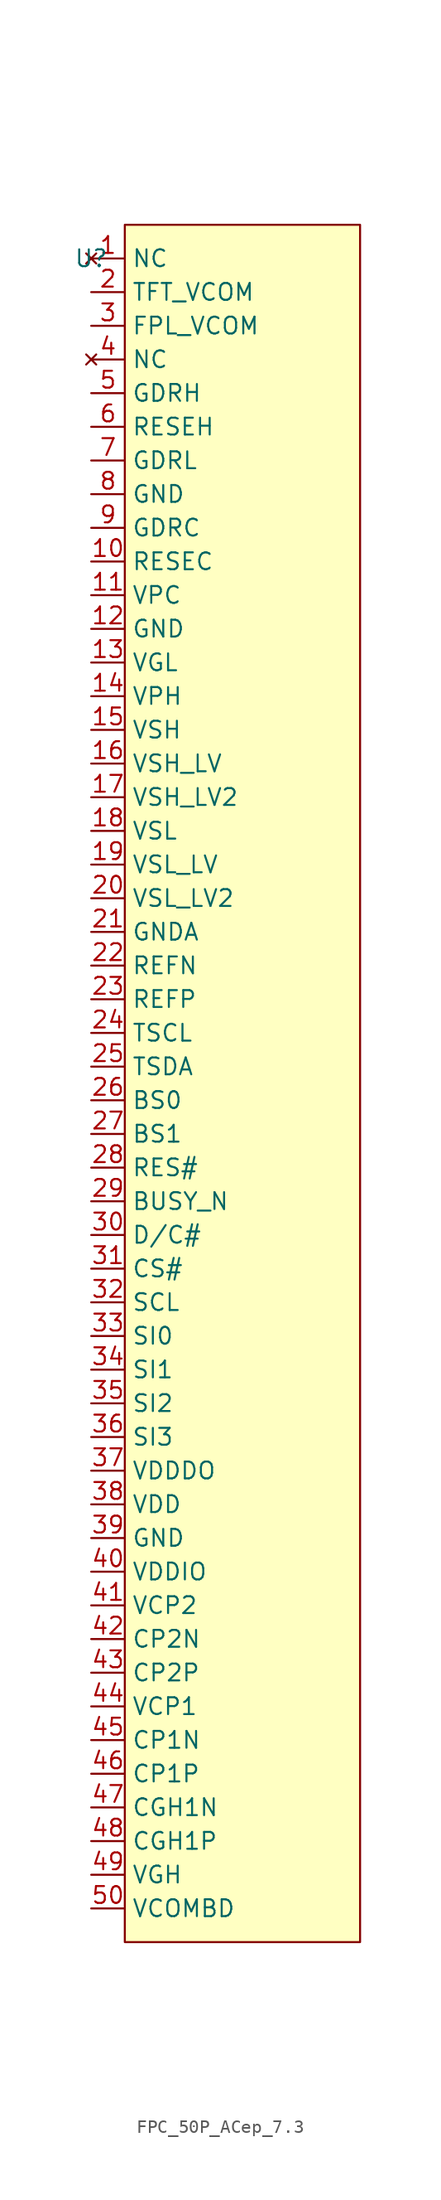
<source format=kicad_sym>
(kicad_symbol_lib
  (version 20220914)
  (generator kicad_symbol_editor)
  (symbol "FPC_50P_ACep_7.3"
    (property "Reference" "U"
      (at 0 0 0)
      (effects (font (size 1.27 1.27))))
    (property "Value" ""
      (at 0 0 0)
      (effects (font (size 1.27 1.27))))
    (symbol "FPC_50P_ACep_7.3_0_0"
      (pin no_connect line (at 0 0 0) (length 2.54) (name "NC" (effects (font (size 1.27 1.27)))) (number "1" (effects (font (size 1.27 1.27)))))
      (pin passive line (at 0 -22.86 0) (length 2.54) (name "RESEC" (effects (font (size 1.27 1.27)))) (number "10" (effects (font (size 1.27 1.27)))))
      (pin power_out line (at 0 -25.4 0) (length 2.54) (name "VPC" (effects (font (size 1.27 1.27)))) (number "11" (effects (font (size 1.27 1.27)))))
      (pin power_in line (at 0 -27.94 0) (length 2.54) (name "GND" (effects (font (size 1.27 1.27)))) (number "12" (effects (font (size 1.27 1.27)))))
      (pin power_out line (at 0 -30.48 0) (length 2.54) (name "VGL" (effects (font (size 1.27 1.27)))) (number "13" (effects (font (size 1.27 1.27)))))
      (pin power_out line (at 0 -33.02 0) (length 2.54) (name "VPH" (effects (font (size 1.27 1.27)))) (number "14" (effects (font (size 1.27 1.27)))))
      (pin power_out line (at 0 -35.56 0) (length 2.54) (name "VSH" (effects (font (size 1.27 1.27)))) (number "15" (effects (font (size 1.27 1.27)))))
      (pin power_out line (at 0 -38.1 0) (length 2.54) (name "VSH_LV" (effects (font (size 1.27 1.27)))) (number "16" (effects (font (size 1.27 1.27)))))
      (pin power_out line (at 0 -40.64 0) (length 2.54) (name "VSH_LV2" (effects (font (size 1.27 1.27)))) (number "17" (effects (font (size 1.27 1.27)))))
      (pin power_out line (at 0 -43.18 0) (length 2.54) (name "VSL" (effects (font (size 1.27 1.27)))) (number "18" (effects (font (size 1.27 1.27)))))
      (pin power_out line (at 0 -45.72 0) (length 2.54) (name "VSL_LV" (effects (font (size 1.27 1.27)))) (number "19" (effects (font (size 1.27 1.27)))))
      (pin power_out line (at 0 -2.54 0) (length 2.54) (name "TFT_VCOM" (effects (font (size 1.27 1.27)))) (number "2" (effects (font (size 1.27 1.27)))))
      (pin power_out line (at 0 -48.26 0) (length 2.54) (name "VSL_LV2" (effects (font (size 1.27 1.27)))) (number "20" (effects (font (size 1.27 1.27)))))
      (pin power_in line (at 0 -50.8 0) (length 2.54) (name "GNDA" (effects (font (size 1.27 1.27)))) (number "21" (effects (font (size 1.27 1.27)))))
      (pin passive line (at 0 -53.34 0) (length 2.54) (name "REFN" (effects (font (size 1.27 1.27)))) (number "22" (effects (font (size 1.27 1.27)))))
      (pin passive line (at 0 -55.88 0) (length 2.54) (name "REFP" (effects (font (size 1.27 1.27)))) (number "23" (effects (font (size 1.27 1.27)))))
      (pin output line (at 0 -58.42 0) (length 2.54) (name "TSCL" (effects (font (size 1.27 1.27)))) (number "24" (effects (font (size 1.27 1.27)))))
      (pin passive line (at 0 -60.96 0) (length 2.54) (name "TSDA" (effects (font (size 1.27 1.27)))) (number "25" (effects (font (size 1.27 1.27)))))
      (pin input line (at 0 -63.5 0) (length 2.54) (name "BS0" (effects (font (size 1.27 1.27)))) (number "26" (effects (font (size 1.27 1.27)))))
      (pin input line (at 0 -66.04 0) (length 2.54) (name "BS1" (effects (font (size 1.27 1.27)))) (number "27" (effects (font (size 1.27 1.27)))))
      (pin input line (at 0 -68.58 0) (length 2.54) (name "RES#" (effects (font (size 1.27 1.27)))) (number "28" (effects (font (size 1.27 1.27)))))
      (pin output line (at 0 -71.12 0) (length 2.54) (name "BUSY_N" (effects (font (size 1.27 1.27)))) (number "29" (effects (font (size 1.27 1.27)))))
      (pin power_out line (at 0 -5.08 0) (length 2.54) (name "FPL_VCOM" (effects (font (size 1.27 1.27)))) (number "3" (effects (font (size 1.27 1.27)))))
      (pin input line (at 0 -73.66 0) (length 2.54) (name "D/C#" (effects (font (size 1.27 1.27)))) (number "30" (effects (font (size 1.27 1.27)))))
      (pin input line (at 0 -76.2 0) (length 2.54) (name "CS#" (effects (font (size 1.27 1.27)))) (number "31" (effects (font (size 1.27 1.27)))))
      (pin input line (at 0 -78.74 0) (length 2.54) (name "SCL" (effects (font (size 1.27 1.27)))) (number "32" (effects (font (size 1.27 1.27)))))
      (pin passive line (at 0 -81.28 0) (length 2.54) (name "SI0" (effects (font (size 1.27 1.27)))) (number "33" (effects (font (size 1.27 1.27)))))
      (pin passive line (at 0 -83.82 0) (length 2.54) (name "SI1" (effects (font (size 1.27 1.27)))) (number "34" (effects (font (size 1.27 1.27)))))
      (pin passive line (at 0 -86.36 0) (length 2.54) (name "SI2" (effects (font (size 1.27 1.27)))) (number "35" (effects (font (size 1.27 1.27)))))
      (pin passive line (at 0 -88.9 0) (length 2.54) (name "SI3" (effects (font (size 1.27 1.27)))) (number "36" (effects (font (size 1.27 1.27)))))
      (pin power_out line (at 0 -91.44 0) (length 2.54) (name "VDDDO" (effects (font (size 1.27 1.27)))) (number "37" (effects (font (size 1.27 1.27)))))
      (pin power_in line (at 0 -93.98 0) (length 2.54) (name "VDD" (effects (font (size 1.27 1.27)))) (number "38" (effects (font (size 1.27 1.27)))))
      (pin power_out line (at 0 -96.52 0) (length 2.54) (name "GND" (effects (font (size 1.27 1.27)))) (number "39" (effects (font (size 1.27 1.27)))))
      (pin no_connect line (at 0 -7.62 0) (length 2.54) (name "NC" (effects (font (size 1.27 1.27)))) (number "4" (effects (font (size 1.27 1.27)))))
      (pin power_in line (at 0 -99.06 0) (length 2.54) (name "VDDIO" (effects (font (size 1.27 1.27)))) (number "40" (effects (font (size 1.27 1.27)))))
      (pin power_out line (at 0 -101.6 0) (length 2.54) (name "VCP2" (effects (font (size 1.27 1.27)))) (number "41" (effects (font (size 1.27 1.27)))))
      (pin power_out line (at 0 -104.14 0) (length 2.54) (name "CP2N" (effects (font (size 1.27 1.27)))) (number "42" (effects (font (size 1.27 1.27)))))
      (pin power_out line (at 0 -106.68 0) (length 2.54) (name "CP2P" (effects (font (size 1.27 1.27)))) (number "43" (effects (font (size 1.27 1.27)))))
      (pin power_out line (at 0 -109.22 0) (length 2.54) (name "VCP1" (effects (font (size 1.27 1.27)))) (number "44" (effects (font (size 1.27 1.27)))))
      (pin power_out line (at 0 -111.76 0) (length 2.54) (name "CP1N" (effects (font (size 1.27 1.27)))) (number "45" (effects (font (size 1.27 1.27)))))
      (pin power_out line (at 0 -114.3 0) (length 2.54) (name "CP1P" (effects (font (size 1.27 1.27)))) (number "46" (effects (font (size 1.27 1.27)))))
      (pin unspecified line (at 0 -116.84 0) (length 2.54) (name "CGH1N" (effects (font (size 1.27 1.27)))) (number "47" (effects (font (size 1.27 1.27)))))
      (pin unspecified line (at 0 -119.38 0) (length 2.54) (name "CGH1P" (effects (font (size 1.27 1.27)))) (number "48" (effects (font (size 1.27 1.27)))))
      (pin power_out line (at 0 -121.92 0) (length 2.54) (name "VGH" (effects (font (size 1.27 1.27)))) (number "49" (effects (font (size 1.27 1.27)))))
      (pin passive line (at 0 -10.16 0) (length 2.54) (name "GDRH" (effects (font (size 1.27 1.27)))) (number "5" (effects (font (size 1.27 1.27)))))
      (pin power_out line (at 0 -124.46 0) (length 2.54) (name "VCOMBD" (effects (font (size 1.27 1.27)))) (number "50" (effects (font (size 1.27 1.27)))))
      (pin passive line (at 0 -12.7 0) (length 2.54) (name "RESEH" (effects (font (size 1.27 1.27)))) (number "6" (effects (font (size 1.27 1.27)))))
      (pin unspecified line (at 0 -15.24 0) (length 2.54) (name "GDRL" (effects (font (size 1.27 1.27)))) (number "7" (effects (font (size 1.27 1.27)))))
      (pin power_in line (at 0 -17.78 0) (length 2.54) (name "GND" (effects (font (size 1.27 1.27)))) (number "8" (effects (font (size 1.27 1.27)))))
      (pin passive line (at 0 -20.32 0) (length 2.54) (name "GDRC" (effects (font (size 1.27 1.27)))) (number "9" (effects (font (size 1.27 1.27))))))
    (symbol "FPC_50P_ACep_7.3_1_1"
      (rectangle (start 2.54 2.54) (end 20.32 -127) (stroke (width 0) (type default)) (fill (type background))))))
</source>
